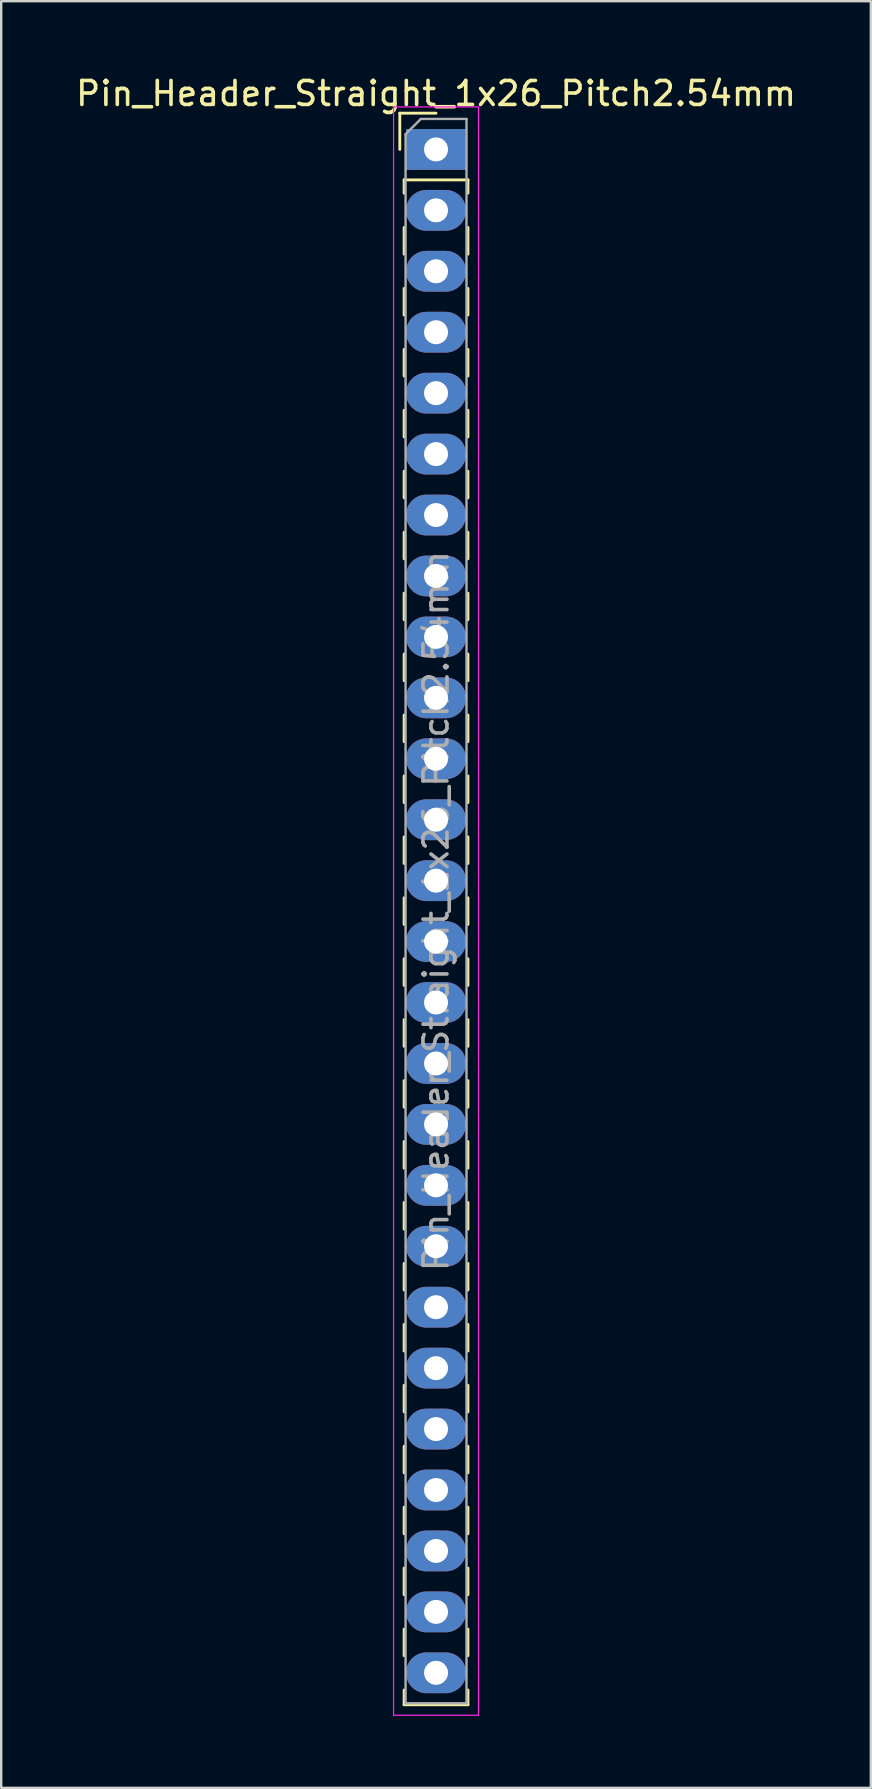
<source format=kicad_pcb>
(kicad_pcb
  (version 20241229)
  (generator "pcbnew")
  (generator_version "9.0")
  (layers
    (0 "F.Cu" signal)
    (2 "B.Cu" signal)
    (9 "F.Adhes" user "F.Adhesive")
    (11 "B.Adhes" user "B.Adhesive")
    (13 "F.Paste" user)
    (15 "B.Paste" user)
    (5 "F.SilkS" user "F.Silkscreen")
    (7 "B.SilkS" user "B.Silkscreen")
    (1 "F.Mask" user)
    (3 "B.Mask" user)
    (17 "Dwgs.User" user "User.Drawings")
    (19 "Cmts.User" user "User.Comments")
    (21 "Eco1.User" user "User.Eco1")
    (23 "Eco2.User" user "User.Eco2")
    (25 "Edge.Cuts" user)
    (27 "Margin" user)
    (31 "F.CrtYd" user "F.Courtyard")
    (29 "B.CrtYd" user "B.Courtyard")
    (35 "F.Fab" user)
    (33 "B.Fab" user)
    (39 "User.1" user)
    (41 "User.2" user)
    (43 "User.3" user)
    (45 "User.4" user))
  (footprint "Pin_Header_Straight_1x26_Pitch2.54mm"
    (layer "F.Cu")
    (at 15.125 3.178)
    (property "Reference" "Pin_Header_Straight_1x26_Pitch2.54mm" (at 0 -2.33 0) (layer "F.SilkS") (effects (font (size 1 1) (thickness 0.15))))
    (attr through_hole)
    (fp_line (start -1.51 -1.51) (end 0 -1.51) (stroke (width 0.12) (type solid)) (layer "F.SilkS"))
    (fp_line (start -1.51 0) (end -1.51 -1.51) (stroke (width 0.12) (type solid)) (layer "F.SilkS"))
    (fp_line (start -1.33 1.27) (end -1.33 1.825) (stroke (width 0.12) (type solid)) (layer "F.SilkS"))
    (fp_line (start -1.33 1.27) (end 1.33 1.27) (stroke (width 0.12) (type solid)) (layer "F.SilkS"))
    (fp_line (start -1.33 3.255) (end -1.33 4.365) (stroke (width 0.12) (type solid)) (layer "F.SilkS"))
    (fp_line (start -1.33 5.795) (end -1.33 6.905) (stroke (width 0.12) (type solid)) (layer "F.SilkS"))
    (fp_line (start -1.33 8.335) (end -1.33 9.445) (stroke (width 0.12) (type solid)) (layer "F.SilkS"))
    (fp_line (start -1.33 10.875) (end -1.33 11.985) (stroke (width 0.12) (type solid)) (layer "F.SilkS"))
    (fp_line (start -1.33 13.415) (end -1.33 14.525) (stroke (width 0.12) (type solid)) (layer "F.SilkS"))
    (fp_line (start -1.33 15.955) (end -1.33 17.065) (stroke (width 0.12) (type solid)) (layer "F.SilkS"))
    (fp_line (start -1.33 18.495) (end -1.33 19.605) (stroke (width 0.12) (type solid)) (layer "F.SilkS"))
    (fp_line (start -1.33 21.035) (end -1.33 22.145) (stroke (width 0.12) (type solid)) (layer "F.SilkS"))
    (fp_line (start -1.33 23.575) (end -1.33 24.685) (stroke (width 0.12) (type solid)) (layer "F.SilkS"))
    (fp_line (start -1.33 26.115) (end -1.33 27.225) (stroke (width 0.12) (type solid)) (layer "F.SilkS"))
    (fp_line (start -1.33 28.655) (end -1.33 29.765) (stroke (width 0.12) (type solid)) (layer "F.SilkS"))
    (fp_line (start -1.33 31.195) (end -1.33 32.305) (stroke (width 0.12) (type solid)) (layer "F.SilkS"))
    (fp_line (start -1.33 33.735) (end -1.33 34.845) (stroke (width 0.12) (type solid)) (layer "F.SilkS"))
    (fp_line (start -1.33 36.275) (end -1.33 37.385) (stroke (width 0.12) (type solid)) (layer "F.SilkS"))
    (fp_line (start -1.33 38.815) (end -1.33 39.925) (stroke (width 0.12) (type solid)) (layer "F.SilkS"))
    (fp_line (start -1.33 41.355) (end -1.33 42.465) (stroke (width 0.12) (type solid)) (layer "F.SilkS"))
    (fp_line (start -1.33 43.895) (end -1.33 45.005) (stroke (width 0.12) (type solid)) (layer "F.SilkS"))
    (fp_line (start -1.33 46.435) (end -1.33 47.545) (stroke (width 0.12) (type solid)) (layer "F.SilkS"))
    (fp_line (start -1.33 48.975) (end -1.33 50.085) (stroke (width 0.12) (type solid)) (layer "F.SilkS"))
    (fp_line (start -1.33 51.515) (end -1.33 52.625) (stroke (width 0.12) (type solid)) (layer "F.SilkS"))
    (fp_line (start -1.33 54.055) (end -1.33 55.165) (stroke (width 0.12) (type solid)) (layer "F.SilkS"))
    (fp_line (start -1.33 56.595) (end -1.33 57.705) (stroke (width 0.12) (type solid)) (layer "F.SilkS"))
    (fp_line (start -1.33 59.135) (end -1.33 60.245) (stroke (width 0.12) (type solid)) (layer "F.SilkS"))
    (fp_line (start -1.33 61.675) (end -1.33 62.785) (stroke (width 0.12) (type solid)) (layer "F.SilkS"))
    (fp_line (start -1.33 64.215) (end -1.33 64.83) (stroke (width 0.12) (type solid)) (layer "F.SilkS"))
    (fp_line (start -1.33 64.83) (end 1.33 64.83) (stroke (width 0.12) (type solid)) (layer "F.SilkS"))
    (fp_line (start 1.33 1.27) (end 1.33 1.825) (stroke (width 0.12) (type solid)) (layer "F.SilkS"))
    (fp_line (start 1.33 3.255) (end 1.33 4.365) (stroke (width 0.12) (type solid)) (layer "F.SilkS"))
    (fp_line (start 1.33 5.795) (end 1.33 6.905) (stroke (width 0.12) (type solid)) (layer "F.SilkS"))
    (fp_line (start 1.33 8.335) (end 1.33 9.445) (stroke (width 0.12) (type solid)) (layer "F.SilkS"))
    (fp_line (start 1.33 10.875) (end 1.33 11.985) (stroke (width 0.12) (type solid)) (layer "F.SilkS"))
    (fp_line (start 1.33 13.415) (end 1.33 14.525) (stroke (width 0.12) (type solid)) (layer "F.SilkS"))
    (fp_line (start 1.33 15.955) (end 1.33 17.065) (stroke (width 0.12) (type solid)) (layer "F.SilkS"))
    (fp_line (start 1.33 18.495) (end 1.33 19.605) (stroke (width 0.12) (type solid)) (layer "F.SilkS"))
    (fp_line (start 1.33 21.035) (end 1.33 22.145) (stroke (width 0.12) (type solid)) (layer "F.SilkS"))
    (fp_line (start 1.33 23.575) (end 1.33 24.685) (stroke (width 0.12) (type solid)) (layer "F.SilkS"))
    (fp_line (start 1.33 26.115) (end 1.33 27.225) (stroke (width 0.12) (type solid)) (layer "F.SilkS"))
    (fp_line (start 1.33 28.655) (end 1.33 29.765) (stroke (width 0.12) (type solid)) (layer "F.SilkS"))
    (fp_line (start 1.33 31.195) (end 1.33 32.305) (stroke (width 0.12) (type solid)) (layer "F.SilkS"))
    (fp_line (start 1.33 33.735) (end 1.33 34.845) (stroke (width 0.12) (type solid)) (layer "F.SilkS"))
    (fp_line (start 1.33 36.275) (end 1.33 37.385) (stroke (width 0.12) (type solid)) (layer "F.SilkS"))
    (fp_line (start 1.33 38.815) (end 1.33 39.925) (stroke (width 0.12) (type solid)) (layer "F.SilkS"))
    (fp_line (start 1.33 41.355) (end 1.33 42.465) (stroke (width 0.12) (type solid)) (layer "F.SilkS"))
    (fp_line (start 1.33 43.895) (end 1.33 45.005) (stroke (width 0.12) (type solid)) (layer "F.SilkS"))
    (fp_line (start 1.33 46.435) (end 1.33 47.545) (stroke (width 0.12) (type solid)) (layer "F.SilkS"))
    (fp_line (start 1.33 48.975) (end 1.33 50.085) (stroke (width 0.12) (type solid)) (layer "F.SilkS"))
    (fp_line (start 1.33 51.515) (end 1.33 52.625) (stroke (width 0.12) (type solid)) (layer "F.SilkS"))
    (fp_line (start 1.33 54.055) (end 1.33 55.165) (stroke (width 0.12) (type solid)) (layer "F.SilkS"))
    (fp_line (start 1.33 56.595) (end 1.33 57.705) (stroke (width 0.12) (type solid)) (layer "F.SilkS"))
    (fp_line (start 1.33 59.135) (end 1.33 60.245) (stroke (width 0.12) (type solid)) (layer "F.SilkS"))
    (fp_line (start 1.33 61.675) (end 1.33 62.785) (stroke (width 0.12) (type solid)) (layer "F.SilkS"))
    (fp_line (start 1.33 64.215) (end 1.33 64.83) (stroke (width 0.12) (type solid)) (layer "F.SilkS"))
    (fp_line (start -1.77 -1.77) (end -1.77 65.27) (stroke (width 0.05) (type solid)) (layer "F.CrtYd"))
    (fp_line (start -1.77 65.27) (end 1.77 65.27) (stroke (width 0.05) (type solid)) (layer "F.CrtYd"))
    (fp_line (start 1.77 -1.77) (end -1.77 -1.77) (stroke (width 0.05) (type solid)) (layer "F.CrtYd"))
    (fp_line (start 1.77 65.27) (end 1.77 -1.77) (stroke (width 0.05) (type solid)) (layer "F.CrtYd"))
    (fp_line (start -1.27 -0.635) (end -0.635 -1.27) (stroke (width 0.1) (type solid)) (layer "F.Fab"))
    (fp_line (start -1.27 64.77) (end -1.27 -0.635) (stroke (width 0.1) (type solid)) (layer "F.Fab"))
    (fp_line (start -0.635 -1.27) (end 1.27 -1.27) (stroke (width 0.1) (type solid)) (layer "F.Fab"))
    (fp_line (start 1.27 -1.27) (end 1.27 64.77) (stroke (width 0.1) (type solid)) (layer "F.Fab"))
    (fp_line (start 1.27 64.77) (end -1.27 64.77) (stroke (width 0.1) (type solid)) (layer "F.Fab"))
    (fp_text user "${REFERENCE}" (at 0 31.75 90) (layer "F.Fab") (effects (font (size 1 1) (thickness 0.15))))
    (pad "1" thru_hole rect (at 0 0) (size 2.5 1.7) (drill 1) (layers "*.Cu" "*.Mask"))
    (pad "2" thru_hole oval (at 0 2.54) (size 2.5 1.7) (drill 1) (layers "*.Cu" "*.Mask"))
    (pad "3" thru_hole oval (at 0 5.08) (size 2.5 1.7) (drill 1) (layers "*.Cu" "*.Mask"))
    (pad "4" thru_hole oval (at 0 7.62) (size 2.5 1.7) (drill 1) (layers "*.Cu" "*.Mask"))
    (pad "5" thru_hole oval (at 0 10.16) (size 2.5 1.7) (drill 1) (layers "*.Cu" "*.Mask"))
    (pad "6" thru_hole oval (at 0 12.7) (size 2.5 1.7) (drill 1) (layers "*.Cu" "*.Mask"))
    (pad "7" thru_hole oval (at 0 15.24) (size 2.5 1.7) (drill 1) (layers "*.Cu" "*.Mask"))
    (pad "8" thru_hole oval (at 0 17.78) (size 2.5 1.7) (drill 1) (layers "*.Cu" "*.Mask"))
    (pad "9" thru_hole oval (at 0 20.32) (size 2.5 1.7) (drill 1) (layers "*.Cu" "*.Mask"))
    (pad "10" thru_hole oval (at 0 22.86) (size 2.5 1.7) (drill 1) (layers "*.Cu" "*.Mask"))
    (pad "11" thru_hole oval (at 0 25.4) (size 2.5 1.7) (drill 1) (layers "*.Cu" "*.Mask"))
    (pad "12" thru_hole oval (at 0 27.94) (size 2.5 1.7) (drill 1) (layers "*.Cu" "*.Mask"))
    (pad "13" thru_hole oval (at 0 30.48) (size 2.5 1.7) (drill 1) (layers "*.Cu" "*.Mask"))
    (pad "14" thru_hole oval (at 0 33.02) (size 2.5 1.7) (drill 1) (layers "*.Cu" "*.Mask"))
    (pad "15" thru_hole oval (at 0 35.56) (size 2.5 1.7) (drill 1) (layers "*.Cu" "*.Mask"))
    (pad "16" thru_hole oval (at 0 38.1) (size 2.5 1.7) (drill 1) (layers "*.Cu" "*.Mask"))
    (pad "17" thru_hole oval (at 0 40.64) (size 2.5 1.7) (drill 1) (layers "*.Cu" "*.Mask"))
    (pad "18" thru_hole oval (at 0 43.18) (size 2.5 1.7) (drill 1) (layers "*.Cu" "*.Mask"))
    (pad "19" thru_hole oval (at 0 45.72) (size 2.5 1.7) (drill 1) (layers "*.Cu" "*.Mask"))
    (pad "20" thru_hole oval (at 0 48.26) (size 2.5 1.7) (drill 1) (layers "*.Cu" "*.Mask"))
    (pad "21" thru_hole oval (at 0 50.8) (size 2.5 1.7) (drill 1) (layers "*.Cu" "*.Mask"))
    (pad "22" thru_hole oval (at 0 53.34) (size 2.5 1.7) (drill 1) (layers "*.Cu" "*.Mask"))
    (pad "23" thru_hole oval (at 0 55.88) (size 2.5 1.7) (drill 1) (layers "*.Cu" "*.Mask"))
    (pad "24" thru_hole oval (at 0 58.42) (size 2.5 1.7) (drill 1) (layers "*.Cu" "*.Mask"))
    (pad "25" thru_hole oval (at 0 60.96) (size 2.5 1.7) (drill 1) (layers "*.Cu" "*.Mask"))
    (pad "26" thru_hole oval (at 0 63.5) (size 2.5 1.7) (drill 1) (layers "*.Cu" "*.Mask")))
  (gr_rect
    (start -3 -3)
    (end 33.25 71.473)
    (stroke (width 0.1) (type default))
    (fill no)
    (layer "Edge.Cuts")))
</source>
